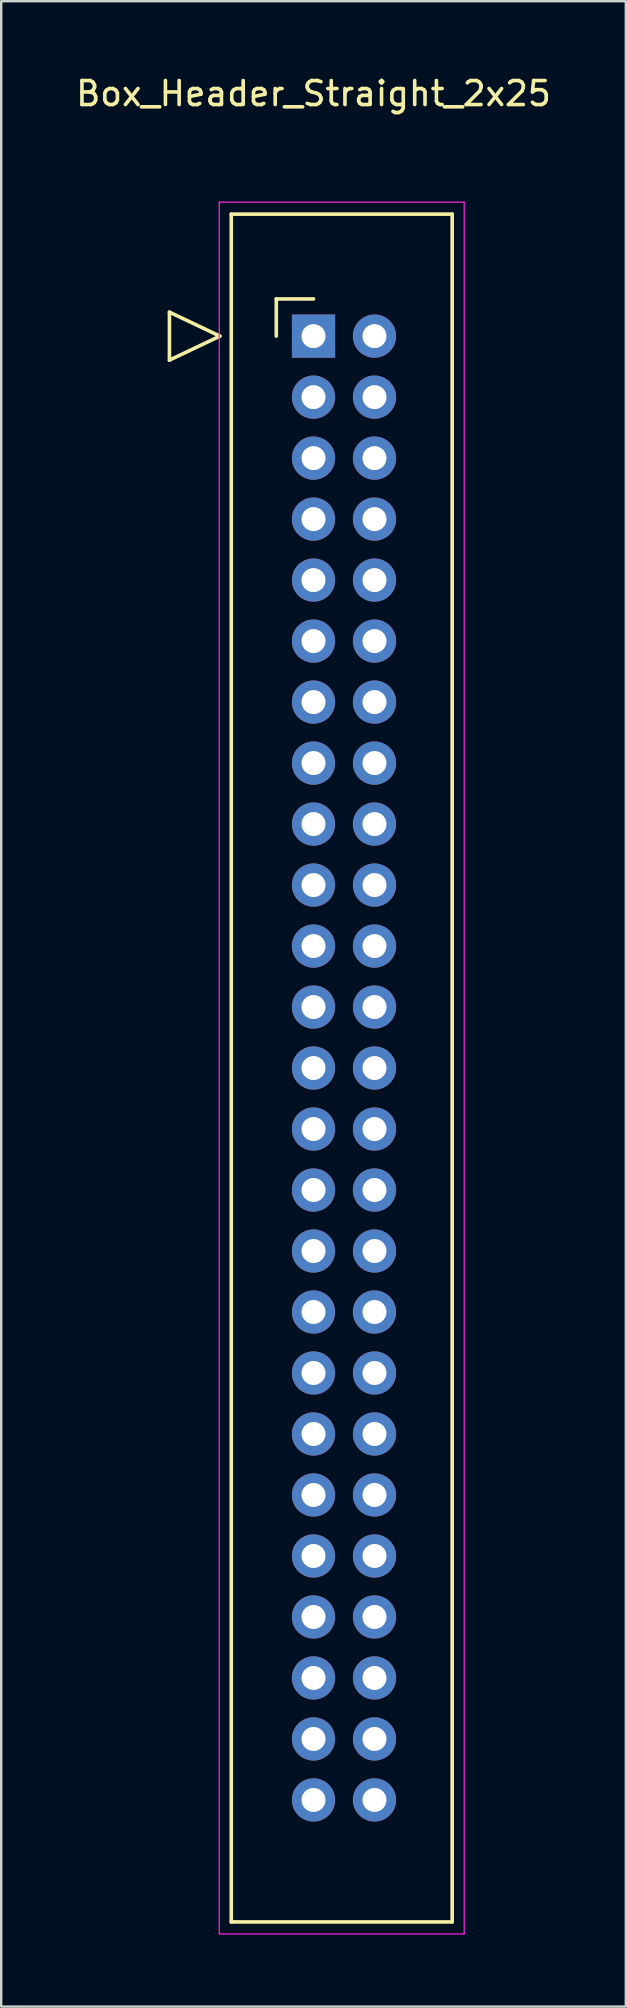
<source format=kicad_pcb>
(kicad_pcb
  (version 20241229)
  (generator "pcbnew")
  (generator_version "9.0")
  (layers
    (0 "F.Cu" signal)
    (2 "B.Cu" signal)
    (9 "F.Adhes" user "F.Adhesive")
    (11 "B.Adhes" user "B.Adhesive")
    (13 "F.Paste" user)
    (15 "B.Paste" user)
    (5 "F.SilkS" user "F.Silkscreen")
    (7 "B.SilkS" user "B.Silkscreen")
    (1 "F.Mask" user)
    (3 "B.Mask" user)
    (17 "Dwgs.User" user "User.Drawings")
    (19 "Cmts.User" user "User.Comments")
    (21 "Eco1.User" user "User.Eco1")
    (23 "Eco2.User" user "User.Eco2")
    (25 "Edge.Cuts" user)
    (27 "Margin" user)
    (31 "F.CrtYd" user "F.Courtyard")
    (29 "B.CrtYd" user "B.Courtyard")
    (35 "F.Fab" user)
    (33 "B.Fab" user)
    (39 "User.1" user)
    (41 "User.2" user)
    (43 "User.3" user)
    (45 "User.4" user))
  (footprint "Box_Header_Straight_2x25"
    (layer "F.Cu")
    (at 10.006 10.948)
    (property "Reference" "Box_Header_Straight_2x25" (at 0 -10.1 0) (layer "F.SilkS") (effects (font (size 1 1) (thickness 0.15))))
    (attr through_hole)
    (fp_line (start -6 -1) (end -3.9 0) (stroke (width 0.15) (type solid)) (layer "F.SilkS"))
    (fp_line (start -6 1) (end -6 -1) (stroke (width 0.15) (type solid)) (layer "F.SilkS"))
    (fp_line (start -3.9 0) (end -6 1) (stroke (width 0.15) (type solid)) (layer "F.SilkS"))
    (fp_line (start -3.425 -5.08) (end -3.425 66.04) (stroke (width 0.15) (type solid)) (layer "F.SilkS"))
    (fp_line (start -3.425 -5.08) (end 5.775 -5.08) (stroke (width 0.15) (type solid)) (layer "F.SilkS"))
    (fp_line (start -3.425 66.04) (end 5.775 66.04) (stroke (width 0.15) (type solid)) (layer "F.SilkS"))
    (fp_line (start -1.55 -1.55) (end -1.55 0) (stroke (width 0.15) (type solid)) (layer "F.SilkS"))
    (fp_line (start -1.55 -1.55) (end 0 -1.55) (stroke (width 0.15) (type solid)) (layer "F.SilkS"))
    (fp_line (start 5.775 -5.08) (end 5.775 66.04) (stroke (width 0.15) (type solid)) (layer "F.SilkS"))
    (fp_line (start -3.925 -5.58) (end -3.925 66.54) (stroke (width 0.05) (type solid)) (layer "F.CrtYd"))
    (fp_line (start -3.925 -5.58) (end 6.275 -5.58) (stroke (width 0.05) (type solid)) (layer "F.CrtYd"))
    (fp_line (start -3.925 66.54) (end 6.275 66.54) (stroke (width 0.05) (type solid)) (layer "F.CrtYd"))
    (fp_line (start 6.275 -5.58) (end 6.275 66.54) (stroke (width 0.05) (type solid)) (layer "F.CrtYd"))
    (pad "1" thru_hole rect (at 0 0) (size 1.8 1.8) (drill 1) (layers "*.Cu" "*.Mask"))
    (pad "2" thru_hole oval (at 2.54 0) (size 1.8 1.8) (drill 1) (layers "*.Cu" "*.Mask"))
    (pad "3" thru_hole oval (at 0 2.54) (size 1.8 1.8) (drill 1) (layers "*.Cu" "*.Mask"))
    (pad "4" thru_hole oval (at 2.54 2.54) (size 1.8 1.8) (drill 1) (layers "*.Cu" "*.Mask"))
    (pad "5" thru_hole oval (at 0 5.08) (size 1.8 1.8) (drill 1) (layers "*.Cu" "*.Mask"))
    (pad "6" thru_hole oval (at 2.54 5.08) (size 1.8 1.8) (drill 1) (layers "*.Cu" "*.Mask"))
    (pad "7" thru_hole oval (at 0 7.62) (size 1.8 1.8) (drill 1) (layers "*.Cu" "*.Mask"))
    (pad "8" thru_hole oval (at 2.54 7.62) (size 1.8 1.8) (drill 1) (layers "*.Cu" "*.Mask"))
    (pad "9" thru_hole oval (at 0 10.16) (size 1.8 1.8) (drill 1) (layers "*.Cu" "*.Mask"))
    (pad "10" thru_hole oval (at 2.54 10.16) (size 1.8 1.8) (drill 1) (layers "*.Cu" "*.Mask"))
    (pad "11" thru_hole oval (at 0 12.7) (size 1.8 1.8) (drill 1) (layers "*.Cu" "*.Mask"))
    (pad "12" thru_hole oval (at 2.54 12.7) (size 1.8 1.8) (drill 1) (layers "*.Cu" "*.Mask"))
    (pad "13" thru_hole oval (at 0 15.24) (size 1.8 1.8) (drill 1) (layers "*.Cu" "*.Mask"))
    (pad "14" thru_hole oval (at 2.54 15.24) (size 1.8 1.8) (drill 1) (layers "*.Cu" "*.Mask"))
    (pad "15" thru_hole oval (at 0 17.78) (size 1.8 1.8) (drill 1) (layers "*.Cu" "*.Mask"))
    (pad "16" thru_hole oval (at 2.54 17.78) (size 1.8 1.8) (drill 1) (layers "*.Cu" "*.Mask"))
    (pad "17" thru_hole oval (at 0 20.32) (size 1.8 1.8) (drill 1) (layers "*.Cu" "*.Mask"))
    (pad "18" thru_hole oval (at 2.54 20.32) (size 1.8 1.8) (drill 1) (layers "*.Cu" "*.Mask"))
    (pad "19" thru_hole oval (at 0 22.86) (size 1.8 1.8) (drill 1) (layers "*.Cu" "*.Mask"))
    (pad "20" thru_hole oval (at 2.54 22.86) (size 1.8 1.8) (drill 1) (layers "*.Cu" "*.Mask"))
    (pad "21" thru_hole oval (at 0 25.4) (size 1.8 1.8) (drill 1) (layers "*.Cu" "*.Mask"))
    (pad "22" thru_hole oval (at 2.54 25.4) (size 1.8 1.8) (drill 1) (layers "*.Cu" "*.Mask"))
    (pad "23" thru_hole oval (at 0 27.94) (size 1.8 1.8) (drill 1) (layers "*.Cu" "*.Mask"))
    (pad "24" thru_hole oval (at 2.54 27.94) (size 1.8 1.8) (drill 1) (layers "*.Cu" "*.Mask"))
    (pad "25" thru_hole oval (at 0 30.48) (size 1.8 1.8) (drill 1) (layers "*.Cu" "*.Mask"))
    (pad "26" thru_hole oval (at 2.54 30.48) (size 1.8 1.8) (drill 1) (layers "*.Cu" "*.Mask"))
    (pad "27" thru_hole oval (at 0 33.02) (size 1.8 1.8) (drill 1) (layers "*.Cu" "*.Mask"))
    (pad "28" thru_hole oval (at 2.54 33.02) (size 1.8 1.8) (drill 1) (layers "*.Cu" "*.Mask"))
    (pad "29" thru_hole oval (at 0 35.56) (size 1.8 1.8) (drill 1) (layers "*.Cu" "*.Mask"))
    (pad "30" thru_hole oval (at 2.54 35.56) (size 1.8 1.8) (drill 1) (layers "*.Cu" "*.Mask"))
    (pad "31" thru_hole oval (at 0 38.1) (size 1.8 1.8) (drill 1) (layers "*.Cu" "*.Mask"))
    (pad "32" thru_hole oval (at 2.54 38.1) (size 1.8 1.8) (drill 1) (layers "*.Cu" "*.Mask"))
    (pad "33" thru_hole oval (at 0 40.64) (size 1.8 1.8) (drill 1) (layers "*.Cu" "*.Mask"))
    (pad "34" thru_hole oval (at 2.54 40.64) (size 1.8 1.8) (drill 1) (layers "*.Cu" "*.Mask"))
    (pad "35" thru_hole oval (at 0 43.18) (size 1.8 1.8) (drill 1) (layers "*.Cu" "*.Mask"))
    (pad "36" thru_hole oval (at 2.54 43.18) (size 1.8 1.8) (drill 1) (layers "*.Cu" "*.Mask"))
    (pad "37" thru_hole oval (at 0 45.72) (size 1.8 1.8) (drill 1) (layers "*.Cu" "*.Mask"))
    (pad "38" thru_hole oval (at 2.54 45.72) (size 1.8 1.8) (drill 1) (layers "*.Cu" "*.Mask"))
    (pad "39" thru_hole oval (at 0 48.26) (size 1.8 1.8) (drill 1) (layers "*.Cu" "*.Mask"))
    (pad "40" thru_hole oval (at 2.54 48.26) (size 1.8 1.8) (drill 1) (layers "*.Cu" "*.Mask"))
    (pad "41" thru_hole oval (at 0 50.8) (size 1.8 1.8) (drill 1) (layers "*.Cu" "*.Mask"))
    (pad "42" thru_hole oval (at 2.54 50.8) (size 1.8 1.8) (drill 1) (layers "*.Cu" "*.Mask"))
    (pad "43" thru_hole oval (at 0 53.34) (size 1.8 1.8) (drill 1) (layers "*.Cu" "*.Mask"))
    (pad "44" thru_hole oval (at 2.54 53.34) (size 1.8 1.8) (drill 1) (layers "*.Cu" "*.Mask"))
    (pad "45" thru_hole oval (at 0 55.88) (size 1.8 1.8) (drill 1) (layers "*.Cu" "*.Mask"))
    (pad "46" thru_hole oval (at 2.54 55.88) (size 1.8 1.8) (drill 1) (layers "*.Cu" "*.Mask"))
    (pad "47" thru_hole oval (at 0 58.42) (size 1.8 1.8) (drill 1) (layers "*.Cu" "*.Mask"))
    (pad "48" thru_hole oval (at 2.54 58.42) (size 1.8 1.8) (drill 1) (layers "*.Cu" "*.Mask"))
    (pad "49" thru_hole oval (at 0 60.96) (size 1.8 1.8) (drill 1) (layers "*.Cu" "*.Mask"))
    (pad "50" thru_hole oval (at 2.54 60.96) (size 1.8 1.8) (drill 1) (layers "*.Cu" "*.Mask")))
  (gr_rect
    (start -3 -3)
    (end 23.012 80.513)
    (stroke (width 0.1) (type default))
    (fill no)
    (layer "Edge.Cuts")))
</source>
